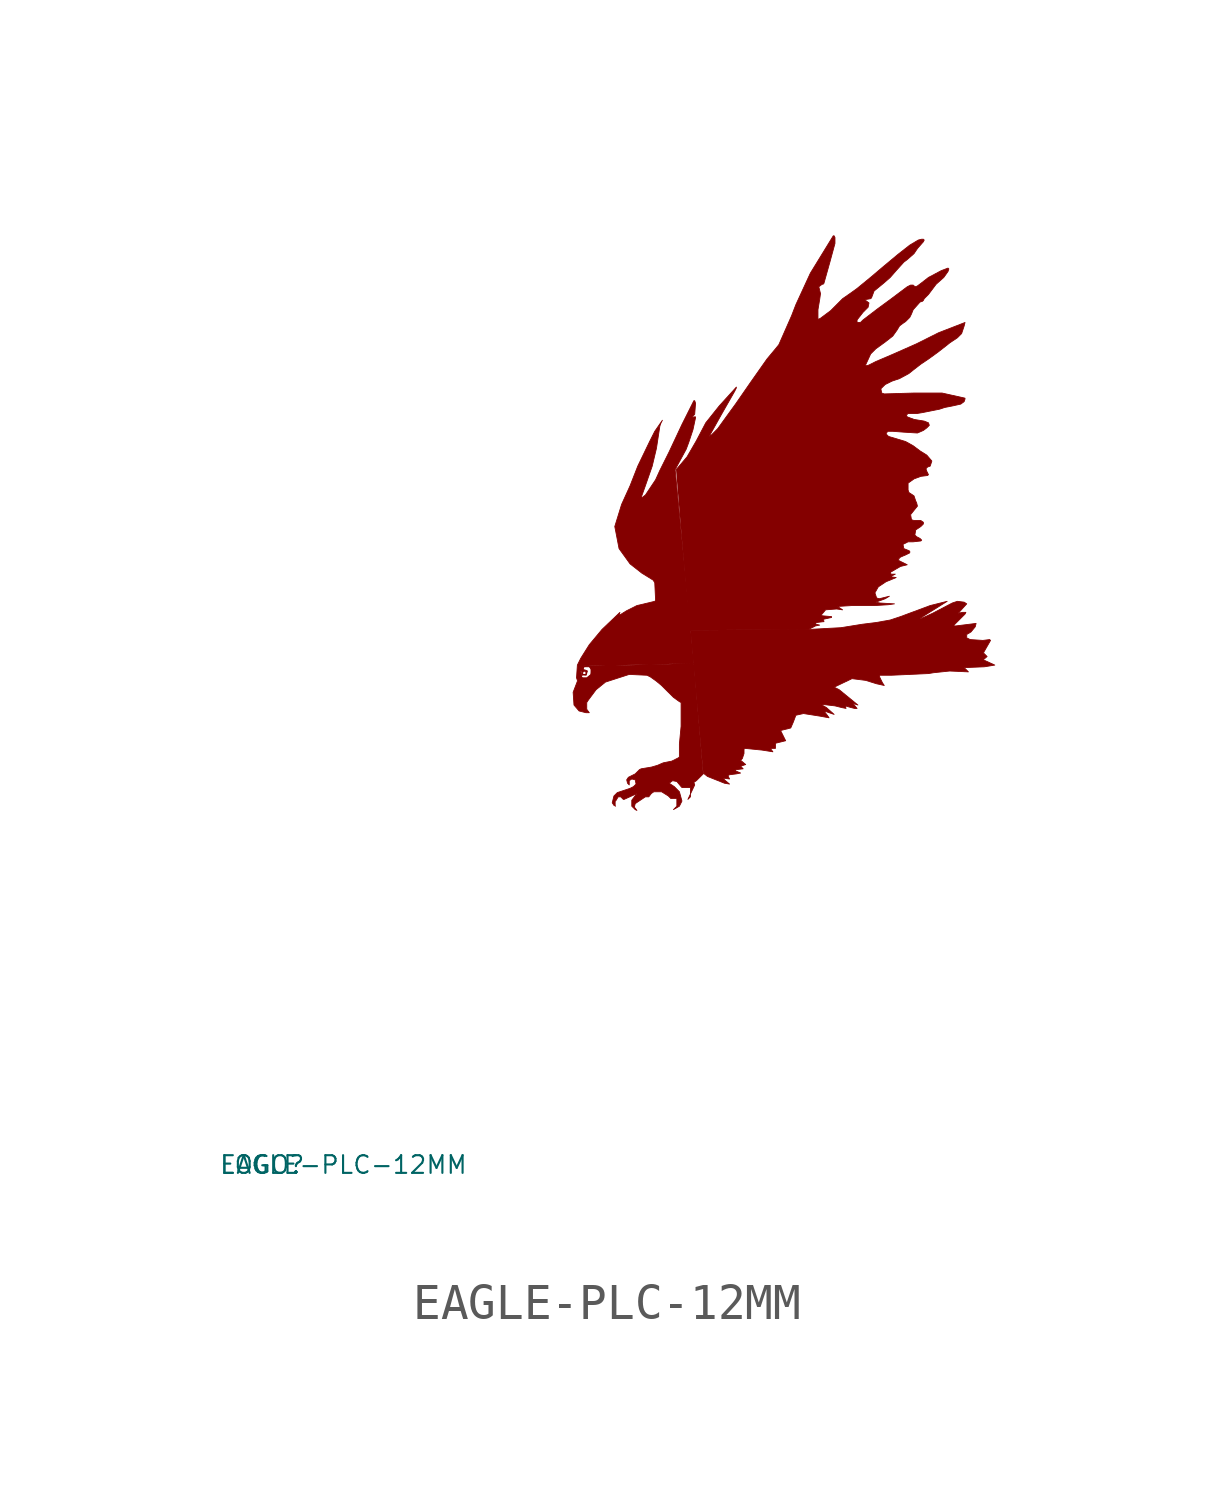
<source format=kicad_sym>
(kicad_symbol_lib
  (version 20220914)
  (generator Eagle2Kicad)
  (symbol "EAGLE-PLC-12MM"
    (property "Reference" "LOGO"
      (at -10 -10 0)
      (effects (font (size 0.5 0.5) (thickness 0.06)) (justify left)))
    (property "Value" "EAGLE-PLC-12MM"
      (at -10 -10 0)
      (effects (font (size 0.5 0.5) (thickness 0.06)) (justify left)))
    (polyline
      (pts (xy 1.226 0.144) (xy 1.178 0.168) (xy 1.13 0.24) (xy 1.178 0.433) (xy 1.274 0.529) (xy 1.491 0.601) (xy 1.635 0.649) (xy 1.732 0.698) (xy 1.804 0.77) (xy 1.78 0.89) (xy 1.683 0.914) (xy 1.611 0.866) (xy 1.611 0.746) (xy 1.563 0.794) (xy 1.539 0.89) (xy 1.587 0.962) (xy 1.683 1.01) (xy 1.78 1.058) (xy 1.828 1.106) (xy 1.9 1.178) (xy 1.948 1.202) (xy 2.237 1.25) (xy 2.405 1.299) (xy 2.573 1.371) (xy 2.693 1.395) (xy 2.814 1.419) (xy 3.006 1.515) (xy 3.03 1.539) (xy 3.03 1.9) (xy 3.078 2.405) (xy 3.078 3.078) (xy 3.03 3.102) (xy 2.862 3.223) (xy 2.693 3.391) (xy 2.525 3.559) (xy 2.381 3.679) (xy 2.213 3.799) (xy 2.116 3.848) (xy 1.611 3.872) (xy 0.938 3.655) (xy 0.673 3.439) (xy 0.457 3.15) (xy 0.409 3.078) (xy 0.409 2.886) (xy 0.481 2.789) (xy 0.385 2.789) (xy 0.192 2.838) (xy 0.048 3.006) (xy 0.024 3.367) (xy 0.144 3.679) (xy 0.144 3.704) (xy 0.12 3.776) (xy 0.144 4.136) (xy 0.24 4.329) (xy 0.481 4.713) (xy 0.842 5.146) (xy 1.347 5.627) (xy 1.323 5.555) (xy 1.347 5.555) (xy 1.539 5.675) (xy 1.828 5.82) (xy 2.333 5.94) (xy 2.357 5.964) (xy 2.333 6.469) (xy 2.285 6.541) (xy 1.972 6.734) (xy 1.635 6.998) (xy 1.323 7.431) (xy 1.202 8.056) (xy 1.395 8.681) (xy 1.635 9.21) (xy 1.852 9.764) (xy 2.188 10.461) (xy 2.333 10.749) (xy 2.549 11.062) (xy 2.501 10.966) (xy 2.477 10.894) (xy 2.381 10.268) (xy 2.261 9.764) (xy 2.068 9.21) (xy 1.948 8.874) (xy 1.972 8.874) (xy 2.068 8.946) (xy 2.357 9.379) (xy 2.477 9.643) (xy 2.741 10.172) (xy 3.102 10.942) (xy 3.439 11.615) (xy 3.463 11.615) (xy 3.487 11.543) (xy 3.463 11.231) (xy 3.391 11.158) (xy 3.391 11.134) (xy 3.439 11.158) (xy 3.487 11.158) (xy 3.487 11.134) (xy 3.415 10.798) (xy 3.295 10.437) (xy 3.223 10.244) (xy 3.054 9.932) (xy 2.91 9.667) (xy 3.439 4.184) (xy 0.337 4.112) (xy 0.24 3.968) (xy 0.24 3.848) (xy 0.265 3.776) (xy 0.313 3.752) (xy 0.409 3.752) (xy 0.529 3.848) (xy 0.529 4.064) (xy 0.481 4.112) (xy 0.842 4.112) (xy 3.439 4.184) (xy 3.704 1.058) (xy 3.511 0.866) (xy 3.439 0.818) (xy 3.463 0.746) (xy 3.271 0.337) (xy 3.343 0.409) (xy 3.343 0.673) (xy 3.102 0.673) (xy 3.078 0.698) (xy 2.958 0.842) (xy 2.838 0.866) (xy 2.741 0.794) (xy 2.886 0.698) (xy 3.03 0.553) (xy 3.102 0.289) (xy 3.03 0.144) (xy 2.862 0.048) (xy 2.958 0.144) (xy 2.958 0.361) (xy 2.789 0.361) (xy 2.717 0.433) (xy 2.525 0.553) (xy 2.309 0.553) (xy 2.237 0.505) (xy 2.164 0.409) (xy 2.068 0.409) (xy 1.852 0.265) (xy 1.78 0.216) (xy 1.756 0.12) (xy 1.828 0.024) (xy 1.78 0.048) (xy 1.683 0.144) (xy 1.683 0.313) (xy 1.828 0.505) (xy 1.732 0.457) (xy 1.467 0.337) (xy 1.443 0.337) (xy 1.371 0.409) (xy 1.299 0.409) (xy 1.226 0.289))
      (stroke (width 0.024) (type default))
      (fill (type outline)))
    (polyline
      (pts (xy 2.934 9.667) (xy 2.982 9.716) (xy 3.247 10.028) (xy 3.511 10.485) (xy 3.776 10.99) (xy 4.16 11.471) (xy 4.641 12) (xy 4.641 11.976) (xy 4.593 11.88) (xy 4.208 11.206) (xy 3.872 10.605) (xy 3.944 10.653) (xy 4.112 10.822) (xy 4.425 11.255) (xy 4.617 11.519) (xy 5.05 12.144) (xy 5.507 12.794) (xy 5.747 13.082) (xy 5.844 13.202) (xy 6.204 14.02) (xy 6.325 14.333) (xy 6.734 15.222) (xy 7.383 16.28) (xy 7.407 16.28) (xy 7.431 16.232) (xy 7.431 16.064) (xy 7.287 15.535) (xy 7.118 14.934) (xy 7.094 14.91) (xy 7.07 14.91) (xy 6.974 14.838) (xy 6.998 14.741) (xy 7.022 14.645) (xy 6.998 14.477) (xy 6.95 14.188) (xy 6.95 13.924) (xy 6.974 13.924) (xy 7.022 13.948) (xy 7.311 14.164) (xy 7.647 14.501) (xy 7.888 14.669) (xy 8.056 14.79) (xy 8.465 15.126) (xy 8.777 15.391) (xy 9.21 15.752) (xy 9.547 16.016) (xy 9.788 16.16) (xy 9.884 16.184) (xy 9.932 16.184) (xy 9.956 16.16) (xy 9.932 16.112) (xy 9.764 15.92) (xy 9.667 15.776) (xy 9.475 15.607) (xy 9.379 15.535) (xy 9.162 15.294) (xy 8.994 15.102) (xy 8.802 14.934) (xy 8.537 14.717) (xy 8.465 14.525) (xy 8.441 14.501) (xy 8.297 14.477) (xy 8.297 14.453) (xy 8.393 14.381) (xy 8.369 14.26) (xy 8.225 14.116) (xy 8.056 13.9) (xy 8.056 13.828) (xy 8.152 13.828) (xy 8.225 13.9) (xy 8.633 14.212) (xy 8.994 14.477) (xy 9.475 14.838) (xy 9.571 14.886) (xy 9.643 14.886) (xy 9.667 14.862) (xy 9.716 14.838) (xy 9.764 14.862) (xy 9.86 14.934) (xy 10.076 15.102) (xy 10.437 15.294) (xy 10.629 15.367) (xy 10.653 15.343) (xy 10.629 15.271) (xy 10.509 15.102) (xy 10.293 14.91) (xy 10.076 14.621) (xy 9.956 14.501) (xy 9.932 14.453) (xy 9.908 14.429) (xy 9.836 14.405) (xy 9.643 14.188) (xy 9.595 14.068) (xy 9.547 13.972) (xy 9.427 13.852) (xy 9.355 13.804) (xy 9.258 13.731) (xy 9.186 13.611) (xy 9.066 13.443) (xy 8.85 13.274) (xy 8.585 13.082) (xy 8.441 12.938) (xy 8.297 12.625) (xy 8.321 12.601) (xy 8.393 12.625) (xy 8.585 12.722) (xy 9.09 12.938) (xy 9.74 13.226) (xy 10.365 13.539) (xy 11.11 13.828) (xy 11.086 13.731) (xy 11.014 13.515) (xy 10.894 13.395) (xy 10.677 13.25) (xy 10.557 13.154) (xy 10.341 12.986) (xy 10.076 12.794) (xy 9.86 12.649) (xy 9.643 12.481) (xy 9.523 12.385) (xy 9.258 12.241) (xy 9.042 12.168) (xy 8.85 12.072) (xy 8.729 11.952) (xy 8.754 11.832) (xy 8.826 11.807) (xy 9.667 11.832) (xy 10.461 11.832) (xy 11.11 11.687) (xy 11.11 11.663) (xy 11.086 11.591) (xy 10.99 11.519) (xy 10.774 11.471) (xy 10.533 11.423) (xy 10.389 11.375) (xy 10.148 11.327) (xy 9.908 11.279) (xy 9.764 11.255) (xy 9.499 11.255) (xy 9.451 11.206) (xy 9.475 11.158) (xy 9.667 11.086) (xy 9.956 11.038) (xy 10.076 10.99) (xy 10.1 10.918) (xy 10.028 10.846) (xy 9.932 10.774) (xy 9.764 10.701) (xy 9.379 10.725) (xy 9.066 10.749) (xy 8.922 10.749) (xy 8.874 10.677) (xy 8.946 10.605) (xy 9.427 10.461) (xy 9.643 10.341) (xy 9.836 10.196) (xy 10.028 10.076) (xy 10.172 9.908) (xy 10.124 9.764) (xy 10.052 9.74) (xy 10.004 9.691) (xy 10.028 9.619) (xy 10.076 9.523) (xy 10.052 9.499) (xy 9.86 9.475) (xy 9.667 9.403) (xy 9.499 9.283) (xy 9.499 9.235) (xy 9.499 9.09) (xy 9.523 9.018) (xy 9.667 8.922) (xy 9.716 8.777) (xy 9.74 8.729) (xy 9.764 8.633) (xy 9.667 8.513) (xy 9.571 8.393) (xy 9.595 8.249) (xy 9.667 8.225) (xy 9.86 8.225) (xy 9.932 8.176) (xy 9.932 8.128) (xy 9.86 8.056) (xy 9.716 7.96) (xy 9.691 7.816) (xy 9.74 7.768) (xy 9.836 7.719) (xy 9.884 7.671) (xy 9.86 7.647) (xy 9.643 7.623) (xy 9.499 7.623) (xy 9.355 7.551) (xy 9.379 7.431) (xy 9.499 7.383) (xy 9.547 7.359) (xy 9.547 7.311) (xy 9.451 7.263) (xy 9.283 7.19) (xy 9.235 7.142) (xy 9.235 7.094) (xy 9.283 7.07) (xy 9.475 6.974) (xy 9.283 6.926) (xy 8.994 6.758) (xy 9.018 6.709) (xy 9.138 6.709) (xy 8.994 6.637) (xy 9.162 6.613) (xy 8.874 6.493) (xy 8.657 6.349) (xy 8.561 6.18) (xy 8.609 6.036) (xy 8.681 6.012) (xy 8.97 6.084) (xy 8.85 6.012) (xy 8.585 5.916) (xy 8.705 5.892) (xy 9.114 5.868) (xy 8.946 5.844) (xy 8.561 5.82) (xy 7.912 5.82) (xy 7.503 5.795) (xy 7.647 5.699) (xy 7.479 5.723) (xy 7.166 5.699) (xy 7.046 5.555) (xy 7.07 5.531) (xy 7.335 5.507) (xy 7.335 5.483) (xy 7.118 5.435) (xy 7.094 5.411) (xy 7.118 5.387) (xy 7.118 5.363) (xy 7.094 5.363) (xy 6.902 5.339) (xy 6.878 5.315) (xy 6.902 5.291) (xy 6.998 5.267) (xy 6.878 5.243) (xy 6.685 5.146) (xy 3.319 5.122))
      (stroke (width 0.024) (type default))
      (fill (type outline)))
    (polyline
      (pts (xy 3.343 5.122) (xy 6.709 5.146) (xy 7.599 5.194) (xy 8.2 5.291) (xy 8.585 5.339) (xy 8.994 5.411) (xy 9.283 5.507) (xy 10.124 5.82) (xy 10.605 5.94) (xy 9.836 5.459) (xy 9.884 5.459) (xy 10.196 5.603) (xy 10.749 5.892) (xy 10.894 5.94) (xy 11.086 5.916) (xy 11.158 5.868) (xy 10.918 5.603) (xy 11.038 5.627) (xy 11.134 5.627) (xy 11.11 5.579) (xy 10.798 5.267) (xy 10.798 5.243) (xy 10.846 5.243) (xy 11.423 5.315) (xy 11.399 5.219) (xy 11.279 5.074) (xy 11.158 5.002) (xy 11.158 4.906) (xy 11.255 4.858) (xy 11.615 4.834) (xy 11.807 4.858) (xy 11.832 4.834) (xy 11.639 4.497) (xy 11.639 4.473) (xy 11.735 4.377) (xy 11.615 4.28) (xy 11.639 4.28) (xy 11.952 4.136) (xy 11.663 4.088) (xy 11.086 4.064) (xy 11.206 3.944) (xy 10.677 3.968) (xy 10.22 3.92) (xy 10.076 3.896) (xy 9.018 3.848) (xy 8.681 3.848) (xy 8.705 3.776) (xy 8.777 3.631) (xy 8.826 3.559) (xy 8.609 3.607) (xy 8.297 3.704) (xy 7.912 3.752) (xy 7.407 3.511) (xy 7.551 3.439) (xy 8.08 3.006) (xy 7.936 3.054) (xy 8.056 2.91) (xy 7.984 2.91) (xy 7.888 2.934) (xy 7.719 2.982) (xy 7.744 2.91) (xy 7.623 2.934) (xy 7.431 2.982) (xy 7.022 3.03) (xy 7.19 2.934) (xy 7.407 2.741) (xy 7.118 2.838) (xy 7.214 2.717) (xy 7.263 2.645) (xy 6.998 2.693) (xy 6.541 2.765) (xy 6.325 2.717) (xy 6.253 2.525) (xy 6.18 2.357) (xy 5.892 2.285) (xy 6.036 1.996) (xy 5.747 1.924) (xy 5.747 1.78) (xy 5.603 1.78) (xy 5.675 1.683) (xy 5.363 1.732) (xy 4.882 1.78) (xy 4.858 1.756) (xy 4.858 1.683) (xy 4.858 1.635) (xy 4.81 1.491) (xy 4.761 1.443) (xy 4.906 1.323) (xy 4.761 1.274) (xy 4.834 1.202) (xy 4.641 1.178) (xy 4.593 1.154) (xy 4.761 1.082) (xy 4.641 1.058) (xy 4.449 1.034) (xy 4.401 1.01) (xy 4.449 0.914) (xy 4.28 0.938) (xy 4.305 0.89) (xy 4.449 0.77) (xy 4.305 0.794) (xy 3.824 0.986) (xy 3.704 1.082))
      (stroke (width 0.024) (type default))
      (fill (type outline)))
    (polyline
      (pts (xy 0.24 3.968) (xy 0.265 4.016) (xy 0.313 4.088) (xy 0.433 4.136) (xy 0.553 4.064) (xy 0.577 3.872) (xy 0.457 3.752) (xy 0.265 3.752) (xy 0.216 3.799) (xy 0.216 3.92) (xy 0.265 3.92) (xy 0.265 3.872) (xy 0.265 3.799) (xy 0.289 3.776) (xy 0.409 3.776) (xy 0.529 3.872) (xy 0.553 3.992) (xy 0.481 4.088) (xy 0.337 4.088) (xy 0.308 4.038) (xy 0.342 3.996) (xy 0.375 3.994) (xy 0.428 3.969) (xy 0.393 3.85) (xy 0.313 3.855) (xy 0.265 3.848) (xy 0.29 3.899) (xy 0.313 3.872) (xy 0.385 3.872) (xy 0.385 3.944) (xy 0.337 3.968) (xy 0.286 3.92) (xy 0.289 3.896))
      (stroke (width 0.024) (type default))
      (fill (type outline)))))
</source>
